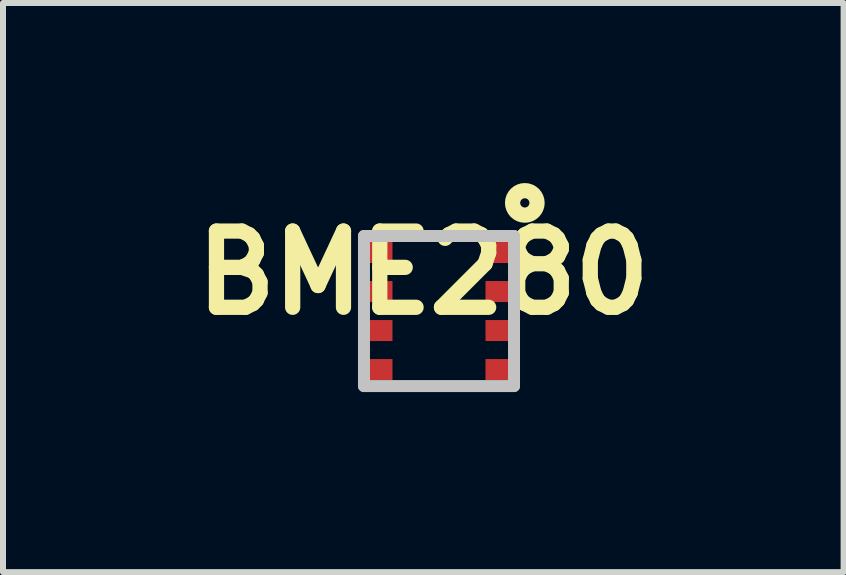
<source format=kicad_pcb>
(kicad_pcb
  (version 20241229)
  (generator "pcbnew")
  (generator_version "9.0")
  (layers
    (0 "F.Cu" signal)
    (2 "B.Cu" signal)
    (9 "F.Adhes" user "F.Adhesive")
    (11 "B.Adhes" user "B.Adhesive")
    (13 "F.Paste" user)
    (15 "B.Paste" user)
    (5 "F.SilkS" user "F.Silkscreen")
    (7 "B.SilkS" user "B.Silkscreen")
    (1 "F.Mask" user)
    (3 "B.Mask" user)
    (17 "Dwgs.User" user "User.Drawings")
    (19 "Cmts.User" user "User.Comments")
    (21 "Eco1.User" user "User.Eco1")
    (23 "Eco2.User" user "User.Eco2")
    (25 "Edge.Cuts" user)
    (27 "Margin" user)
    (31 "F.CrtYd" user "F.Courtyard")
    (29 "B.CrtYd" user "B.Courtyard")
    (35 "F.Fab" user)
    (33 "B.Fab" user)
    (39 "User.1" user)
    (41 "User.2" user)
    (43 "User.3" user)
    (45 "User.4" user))
  (footprint "BME280"
    (layer "F.Cu")
    (at 3.24 1.158)
    (property "Reference" "BME280" (at 0.764 0.338 0) (layer "F.SilkS") (effects (font (size 1.27 1.27) (thickness 0.254))))
    (attr smd)
    (fp_circle (center 2.455 -0.827) (end 2.251 -0.827) (stroke (width 0.254) (type solid)) (fill no) (layer "F.SilkS"))
    (fp_line (start -0.225 -0.275) (end 2.275 -0.275) (stroke (width 0.2) (type solid)) (layer "Dwgs.User"))
    (fp_line (start -0.225 2.225) (end -0.225 -0.275) (stroke (width 0.2) (type solid)) (layer "Dwgs.User"))
    (fp_line (start 2.275 -0.275) (end 2.275 2.225) (stroke (width 0.2) (type solid)) (layer "Dwgs.User"))
    (fp_line (start 2.275 2.225) (end -0.225 2.225) (stroke (width 0.2) (type solid)) (layer "Dwgs.User"))
    (pad "1" smd rect (at 2.05 0 90) (size 0.35 0.5) (layers "F.Cu" "F.Mask" "F.Paste"))
    (pad "2" smd rect (at 2.05 0.65 90) (size 0.35 0.5) (layers "F.Cu" "F.Mask" "F.Paste"))
    (pad "3" smd rect (at 2.05 1.3 90) (size 0.35 0.5) (layers "F.Cu" "F.Mask" "F.Paste"))
    (pad "4" smd rect (at 2.05 1.95 90) (size 0.35 0.5) (layers "F.Cu" "F.Mask" "F.Paste"))
    (pad "5" smd rect (at 0 1.95 90) (size 0.35 0.5) (layers "F.Cu" "F.Mask" "F.Paste"))
    (pad "6" smd rect (at 0 1.3 90) (size 0.35 0.5) (layers "F.Cu" "F.Mask" "F.Paste"))
    (pad "7" smd rect (at 0 0.65 90) (size 0.35 0.5) (layers "F.Cu" "F.Mask" "F.Paste"))
    (pad "8" smd rect (at 0 0 90) (size 0.35 0.5) (layers "F.Cu" "F.Mask" "F.Paste")))
  (gr_rect
    (start -3 -3)
    (end 11.007 6.483)
    (stroke (width 0.1) (type default))
    (fill no)
    (layer "Edge.Cuts")))
</source>
